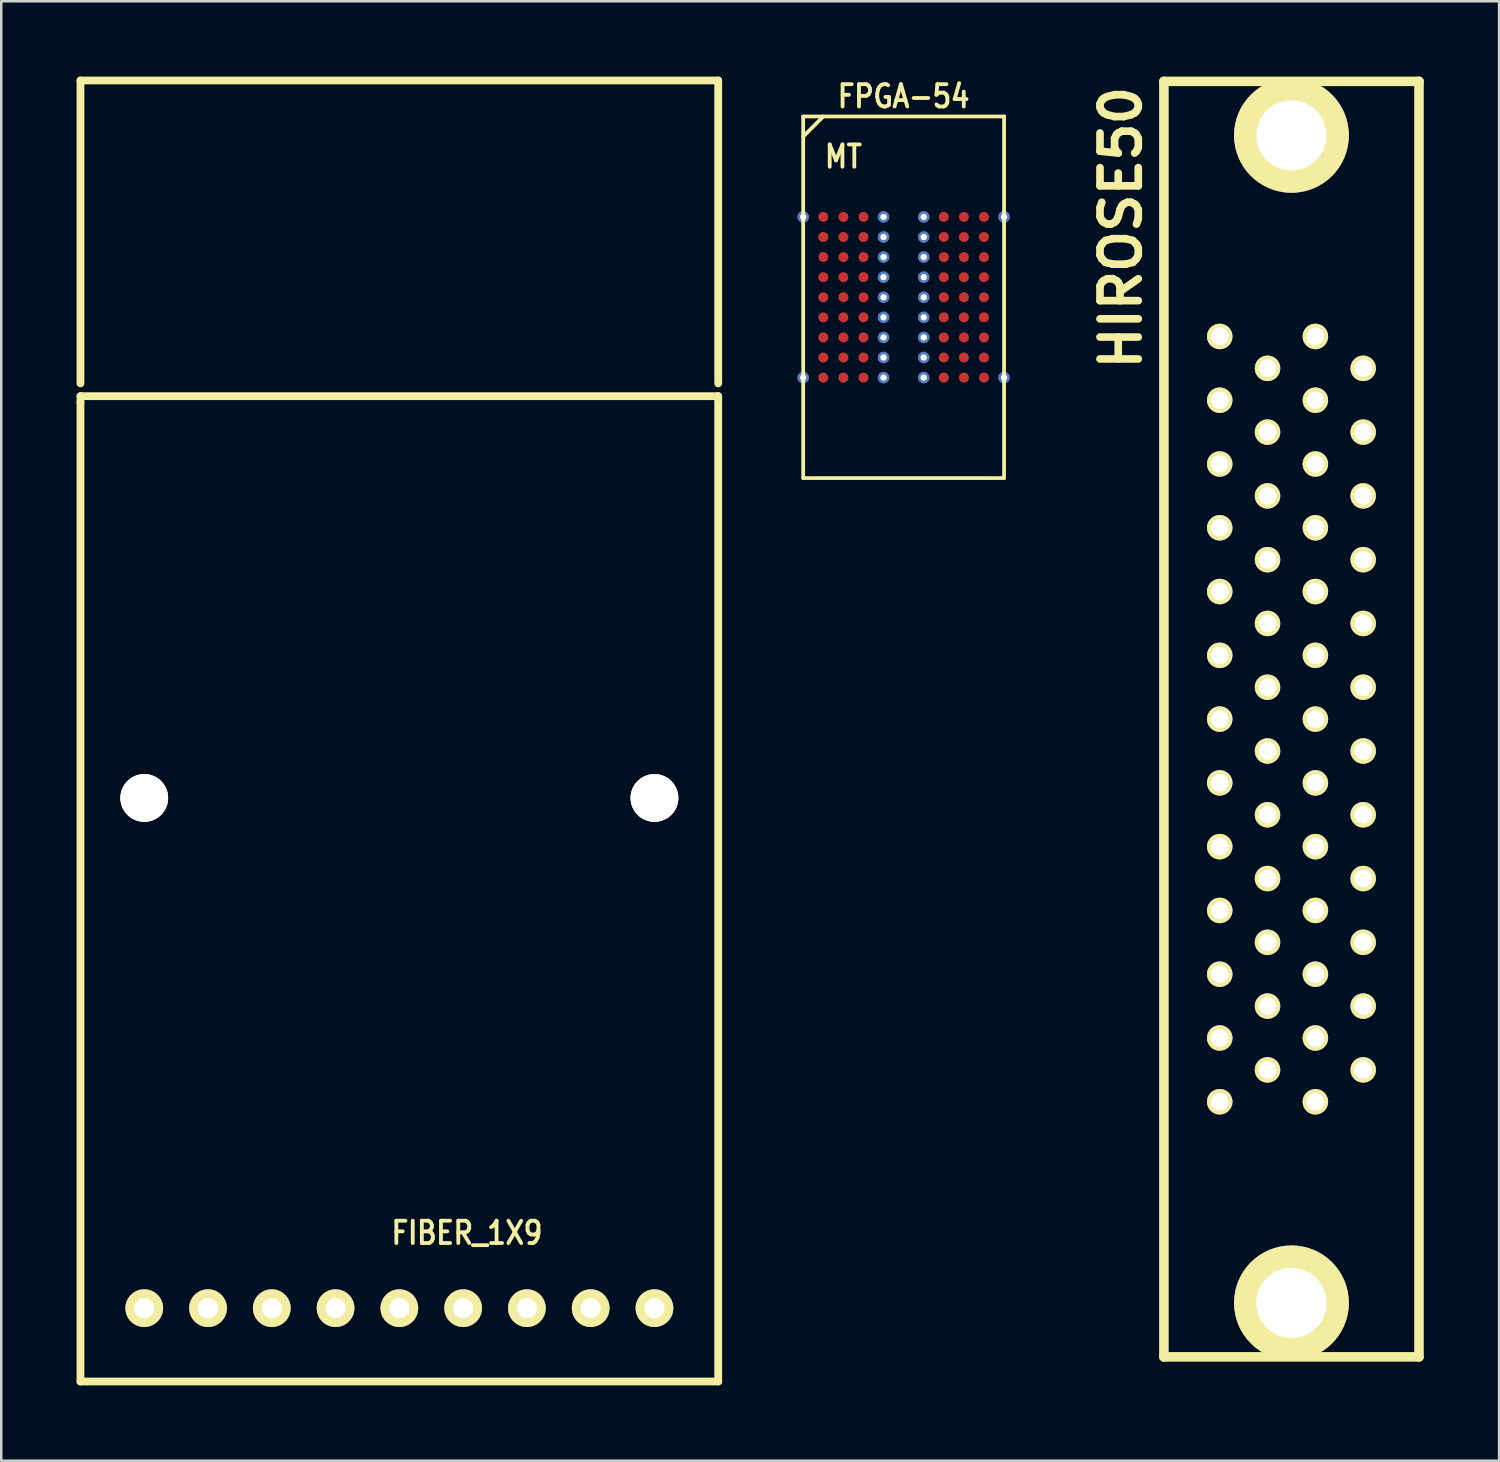
<source format=kicad_pcb>
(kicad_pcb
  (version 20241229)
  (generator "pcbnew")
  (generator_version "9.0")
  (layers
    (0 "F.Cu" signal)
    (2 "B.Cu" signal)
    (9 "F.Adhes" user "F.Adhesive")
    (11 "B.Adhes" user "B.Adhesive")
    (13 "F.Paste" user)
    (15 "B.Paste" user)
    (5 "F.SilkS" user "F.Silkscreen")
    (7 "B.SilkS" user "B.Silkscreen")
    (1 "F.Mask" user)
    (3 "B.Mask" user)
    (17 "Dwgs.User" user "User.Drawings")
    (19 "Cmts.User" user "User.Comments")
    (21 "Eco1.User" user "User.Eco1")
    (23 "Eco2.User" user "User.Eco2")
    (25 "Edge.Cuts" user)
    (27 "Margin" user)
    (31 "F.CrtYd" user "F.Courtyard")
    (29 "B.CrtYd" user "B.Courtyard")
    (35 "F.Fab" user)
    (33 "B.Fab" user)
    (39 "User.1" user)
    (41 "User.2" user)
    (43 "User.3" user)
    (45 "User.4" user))
  (footprint "HIROSE50"
    (layer "F.Cu")
    (at 48.385 25.59)
    (property "Reference" "HIROSE50" (at -6.79 -19.57 90) (layer "F.SilkS") (effects (font (size 1.524 1.524) (thickness 0.305))))
    (attr through_hole)
    (fp_line (start -5.08 -25.4) (end 5.08 -25.4) (stroke (width 0.381) (type solid)) (layer "F.SilkS"))
    (fp_line (start -5.08 25.4) (end -5.08 -25.4) (stroke (width 0.381) (type solid)) (layer "F.SilkS"))
    (fp_line (start 5.08 -25.4) (end 5.08 25.4) (stroke (width 0.381) (type solid)) (layer "F.SilkS"))
    (fp_line (start 5.08 25.4) (end -5.08 25.4) (stroke (width 0.381) (type solid)) (layer "F.SilkS"))
    (pad "0" thru_hole circle (at 0 -23.249) (size 4.572 4.572) (drill 2.794) (layers "*.Cu" "*.Mask" "F.SilkS"))
    (pad "1" thru_hole circle (at 0 23.249) (size 4.572 4.572) (drill 2.794) (layers "*.Cu" "*.Mask" "F.SilkS"))
    (pad "A1" thru_hole circle (at -2.857 -15.24) (size 1.016 1.016) (drill 0.699) (layers "*.Cu" "*.Mask" "F.SilkS"))
    (pad "A2" thru_hole circle (at -0.953 -13.97) (size 1.016 1.016) (drill 0.699) (layers "*.Cu" "*.Mask" "F.SilkS"))
    (pad "A3" thru_hole circle (at -2.857 -12.7) (size 1.016 1.016) (drill 0.699) (layers "*.Cu" "*.Mask" "F.SilkS"))
    (pad "A4" thru_hole circle (at -0.953 -11.43) (size 1.016 1.016) (drill 0.699) (layers "*.Cu" "*.Mask" "F.SilkS"))
    (pad "A5" thru_hole circle (at -2.857 -10.16) (size 1.016 1.016) (drill 0.699) (layers "*.Cu" "*.Mask" "F.SilkS"))
    (pad "A6" thru_hole circle (at -0.953 -8.89) (size 1.016 1.016) (drill 0.699) (layers "*.Cu" "*.Mask" "F.SilkS"))
    (pad "A7" thru_hole circle (at -2.857 -7.62) (size 1.016 1.016) (drill 0.699) (layers "*.Cu" "*.Mask" "F.SilkS"))
    (pad "A8" thru_hole circle (at -0.953 -6.35) (size 1.016 1.016) (drill 0.699) (layers "*.Cu" "*.Mask" "F.SilkS"))
    (pad "A9" thru_hole circle (at -2.857 -5.08) (size 1.016 1.016) (drill 0.699) (layers "*.Cu" "*.Mask" "F.SilkS"))
    (pad "A10" thru_hole circle (at -0.953 -3.81) (size 1.016 1.016) (drill 0.699) (layers "*.Cu" "*.Mask" "F.SilkS"))
    (pad "A11" thru_hole circle (at -2.857 -2.54) (size 1.016 1.016) (drill 0.699) (layers "*.Cu" "*.Mask" "F.SilkS"))
    (pad "A12" thru_hole circle (at -0.953 -1.27) (size 1.016 1.016) (drill 0.699) (layers "*.Cu" "*.Mask" "F.SilkS"))
    (pad "A13" thru_hole circle (at -2.857 0) (size 1.016 1.016) (drill 0.699) (layers "*.Cu" "*.Mask" "F.SilkS"))
    (pad "A14" thru_hole circle (at -0.953 1.27) (size 1.016 1.016) (drill 0.699) (layers "*.Cu" "*.Mask" "F.SilkS"))
    (pad "A15" thru_hole circle (at -2.857 2.54) (size 1.016 1.016) (drill 0.699) (layers "*.Cu" "*.Mask" "F.SilkS"))
    (pad "A16" thru_hole circle (at -0.953 3.81) (size 1.016 1.016) (drill 0.699) (layers "*.Cu" "*.Mask" "F.SilkS"))
    (pad "A17" thru_hole circle (at -2.857 5.08) (size 1.016 1.016) (drill 0.699) (layers "*.Cu" "*.Mask" "F.SilkS"))
    (pad "A18" thru_hole circle (at -0.953 6.35) (size 1.016 1.016) (drill 0.699) (layers "*.Cu" "*.Mask" "F.SilkS"))
    (pad "A19" thru_hole circle (at -2.857 7.62) (size 1.016 1.016) (drill 0.699) (layers "*.Cu" "*.Mask" "F.SilkS"))
    (pad "A20" thru_hole circle (at -0.953 8.89) (size 1.016 1.016) (drill 0.699) (layers "*.Cu" "*.Mask" "F.SilkS"))
    (pad "A21" thru_hole circle (at -2.857 10.16) (size 1.016 1.016) (drill 0.699) (layers "*.Cu" "*.Mask" "F.SilkS"))
    (pad "A22" thru_hole circle (at -0.953 11.43) (size 1.016 1.016) (drill 0.699) (layers "*.Cu" "*.Mask" "F.SilkS"))
    (pad "A23" thru_hole circle (at -2.857 12.7) (size 1.016 1.016) (drill 0.699) (layers "*.Cu" "*.Mask" "F.SilkS"))
    (pad "A24" thru_hole circle (at -0.953 13.97) (size 1.016 1.016) (drill 0.699) (layers "*.Cu" "*.Mask" "F.SilkS"))
    (pad "A25" thru_hole circle (at -2.857 15.24) (size 1.016 1.016) (drill 0.699) (layers "*.Cu" "*.Mask" "F.SilkS"))
    (pad "B1" thru_hole circle (at 0.953 -15.24) (size 1.016 1.016) (drill 0.699) (layers "*.Cu" "*.Mask" "F.SilkS"))
    (pad "B2" thru_hole circle (at 2.857 -13.97) (size 1.016 1.016) (drill 0.699) (layers "*.Cu" "*.Mask" "F.SilkS"))
    (pad "B3" thru_hole circle (at 0.953 -12.7) (size 1.016 1.016) (drill 0.699) (layers "*.Cu" "*.Mask" "F.SilkS"))
    (pad "B4" thru_hole circle (at 2.857 -11.43) (size 1.016 1.016) (drill 0.699) (layers "*.Cu" "*.Mask" "F.SilkS"))
    (pad "B5" thru_hole circle (at 0.953 -10.16) (size 1.016 1.016) (drill 0.699) (layers "*.Cu" "*.Mask" "F.SilkS"))
    (pad "B6" thru_hole circle (at 2.857 -8.89) (size 1.016 1.016) (drill 0.699) (layers "*.Cu" "*.Mask" "F.SilkS"))
    (pad "B7" thru_hole circle (at 0.953 -7.62) (size 1.016 1.016) (drill 0.699) (layers "*.Cu" "*.Mask" "F.SilkS"))
    (pad "B8" thru_hole circle (at 2.857 -6.35) (size 1.016 1.016) (drill 0.699) (layers "*.Cu" "*.Mask" "F.SilkS"))
    (pad "B9" thru_hole circle (at 0.953 -5.08) (size 1.016 1.016) (drill 0.699) (layers "*.Cu" "*.Mask" "F.SilkS"))
    (pad "B10" thru_hole circle (at 2.857 -3.81) (size 1.016 1.016) (drill 0.699) (layers "*.Cu" "*.Mask" "F.SilkS"))
    (pad "B11" thru_hole circle (at 0.953 -2.54) (size 1.016 1.016) (drill 0.699) (layers "*.Cu" "*.Mask" "F.SilkS"))
    (pad "B12" thru_hole circle (at 2.857 -1.27) (size 1.016 1.016) (drill 0.699) (layers "*.Cu" "*.Mask" "F.SilkS"))
    (pad "B13" thru_hole circle (at 0.953 0) (size 1.016 1.016) (drill 0.699) (layers "*.Cu" "*.Mask" "F.SilkS"))
    (pad "B14" thru_hole circle (at 2.857 1.27) (size 1.016 1.016) (drill 0.699) (layers "*.Cu" "*.Mask" "F.SilkS"))
    (pad "B15" thru_hole circle (at 0.953 2.54) (size 1.016 1.016) (drill 0.699) (layers "*.Cu" "*.Mask" "F.SilkS"))
    (pad "B16" thru_hole circle (at 2.857 3.81) (size 1.016 1.016) (drill 0.699) (layers "*.Cu" "*.Mask" "F.SilkS"))
    (pad "B17" thru_hole circle (at 0.953 5.08) (size 1.016 1.016) (drill 0.699) (layers "*.Cu" "*.Mask" "F.SilkS"))
    (pad "B18" thru_hole circle (at 2.857 6.35) (size 1.016 1.016) (drill 0.699) (layers "*.Cu" "*.Mask" "F.SilkS"))
    (pad "B19" thru_hole circle (at 0.953 7.62) (size 1.016 1.016) (drill 0.699) (layers "*.Cu" "*.Mask" "F.SilkS"))
    (pad "B20" thru_hole circle (at 2.857 8.89) (size 1.016 1.016) (drill 0.699) (layers "*.Cu" "*.Mask" "F.SilkS"))
    (pad "B21" thru_hole circle (at 0.953 10.16) (size 1.016 1.016) (drill 0.699) (layers "*.Cu" "*.Mask" "F.SilkS"))
    (pad "B22" thru_hole circle (at 2.857 11.43) (size 1.016 1.016) (drill 0.699) (layers "*.Cu" "*.Mask" "F.SilkS"))
    (pad "B23" thru_hole circle (at 0.953 12.7) (size 1.016 1.016) (drill 0.699) (layers "*.Cu" "*.Mask" "F.SilkS"))
    (pad "B24" thru_hole circle (at 2.857 13.97) (size 1.016 1.016) (drill 0.699) (layers "*.Cu" "*.Mask" "F.SilkS"))
    (pad "B25" thru_hole circle (at 0.953 15.24) (size 1.016 1.016) (drill 0.699) (layers "*.Cu" "*.Mask" "F.SilkS")))
  (footprint "FPGA-54"
    (layer "F.Cu")
    (at 32.939 8.789)
    (property "Reference" "FPGA-54" (at 0 -8.001 0) (layer "F.SilkS") (effects (font (size 0.889 0.762) (thickness 0.152))))
    (attr smd)
    (fp_line (start -4 -7.201) (end -4 7.201) (stroke (width 0.15) (type solid)) (layer "F.SilkS"))
    (fp_line (start -4 7.201) (end 4 7.201) (stroke (width 0.15) (type solid)) (layer "F.SilkS"))
    (fp_line (start -3.2 -7.201) (end -4 -6.401) (stroke (width 0.15) (type solid)) (layer "F.SilkS"))
    (fp_line (start 4 -7.201) (end -4 -7.201) (stroke (width 0.15) (type solid)) (layer "F.SilkS"))
    (fp_line (start 4 7.201) (end 4 -7.201) (stroke (width 0.15) (type solid)) (layer "F.SilkS"))
    (fp_text user "MT" (at -2.4 -5.601 0) (layer "F.SilkS") (effects (font (size 0.889 0.762) (thickness 0.152))))
    (pad "A1" thru_hole circle (at -4 -3.2) (size 0.457 0.457) (drill 0.254) (layers "*.Cu"))
    (pad "A1" smd circle (at -3.2 -3.2) (size 0.399 0.399) (layers "F.Cu" "F.Mask" "F.Paste"))
    (pad "A2" smd circle (at -2.4 -3.2) (size 0.399 0.399) (layers "F.Cu" "F.Mask" "F.Paste"))
    (pad "A3" smd circle (at -1.6 -3.2) (size 0.399 0.399) (layers "F.Cu" "F.Mask" "F.Paste"))
    (pad "A3" thru_hole circle (at -0.8 -3.2) (size 0.457 0.457) (drill 0.254) (layers "*.Cu"))
    (pad "A7" thru_hole circle (at 0.8 -3.2) (size 0.457 0.457) (drill 0.254) (layers "*.Cu"))
    (pad "A7" smd circle (at 1.6 -3.2) (size 0.399 0.399) (layers "F.Cu" "F.Mask" "F.Paste"))
    (pad "A8" smd circle (at 2.4 -3.2) (size 0.399 0.399) (layers "F.Cu" "F.Mask" "F.Paste"))
    (pad "A9" smd circle (at 3.2 -3.2) (size 0.399 0.399) (layers "F.Cu" "F.Mask" "F.Paste"))
    (pad "A9" thru_hole circle (at 4 -3.2) (size 0.457 0.457) (drill 0.254) (layers "*.Cu"))
    (pad "B1" smd circle (at -3.2 -2.4) (size 0.399 0.399) (layers "F.Cu" "F.Mask" "F.Paste"))
    (pad "B2" smd circle (at -2.4 -2.4) (size 0.399 0.399) (layers "F.Cu" "F.Mask" "F.Paste"))
    (pad "B3" smd circle (at -1.6 -2.4) (size 0.399 0.399) (layers "F.Cu" "F.Mask" "F.Paste"))
    (pad "B3" thru_hole circle (at -0.8 -2.4) (size 0.457 0.457) (drill 0.254) (layers "*.Cu"))
    (pad "B7" thru_hole circle (at 0.8 -2.4) (size 0.457 0.457) (drill 0.254) (layers "*.Cu"))
    (pad "B7" smd circle (at 1.6 -2.4) (size 0.399 0.399) (layers "F.Cu" "F.Mask" "F.Paste"))
    (pad "B8" smd circle (at 2.4 -2.4) (size 0.399 0.399) (layers "F.Cu" "F.Mask" "F.Paste"))
    (pad "B9" smd circle (at 3.2 -2.4) (size 0.399 0.399) (layers "F.Cu" "F.Mask" "F.Paste"))
    (pad "C1" smd circle (at -3.2 -1.6) (size 0.399 0.399) (layers "F.Cu" "F.Mask" "F.Paste"))
    (pad "C2" smd circle (at -2.4 -1.6) (size 0.399 0.399) (layers "F.Cu" "F.Mask" "F.Paste"))
    (pad "C3" smd circle (at -1.6 -1.6) (size 0.399 0.399) (layers "F.Cu" "F.Mask" "F.Paste"))
    (pad "C3" thru_hole circle (at -0.8 -1.6) (size 0.457 0.457) (drill 0.254) (layers "*.Cu"))
    (pad "C7" thru_hole circle (at 0.8 -1.6) (size 0.457 0.457) (drill 0.254) (layers "*.Cu"))
    (pad "C7" smd circle (at 1.6 -1.6) (size 0.399 0.399) (layers "F.Cu" "F.Mask" "F.Paste"))
    (pad "C8" smd circle (at 2.4 -1.6) (size 0.399 0.399) (layers "F.Cu" "F.Mask" "F.Paste"))
    (pad "C9" smd circle (at 3.2 -1.6) (size 0.399 0.399) (layers "F.Cu" "F.Mask" "F.Paste"))
    (pad "D1" smd circle (at -3.2 -0.8) (size 0.399 0.399) (layers "F.Cu" "F.Mask" "F.Paste"))
    (pad "D2" smd circle (at -2.4 -0.8) (size 0.399 0.399) (layers "F.Cu" "F.Mask" "F.Paste"))
    (pad "D3" smd circle (at -1.6 -0.8) (size 0.399 0.399) (layers "F.Cu" "F.Mask" "F.Paste"))
    (pad "D3" thru_hole circle (at -0.8 -0.8) (size 0.457 0.457) (drill 0.254) (layers "*.Cu"))
    (pad "D7" thru_hole circle (at 0.8 -0.8) (size 0.457 0.457) (drill 0.254) (layers "*.Cu"))
    (pad "D7" smd circle (at 1.6 -0.8) (size 0.399 0.399) (layers "F.Cu" "F.Mask" "F.Paste"))
    (pad "D8" smd circle (at 2.4 -0.8) (size 0.399 0.399) (layers "F.Cu" "F.Mask" "F.Paste"))
    (pad "D9" smd circle (at 3.2 -0.8) (size 0.399 0.399) (layers "F.Cu" "F.Mask" "F.Paste"))
    (pad "E1" smd circle (at -3.2 0) (size 0.399 0.399) (layers "F.Cu" "F.Mask" "F.Paste"))
    (pad "E2" smd circle (at -2.4 0) (size 0.399 0.399) (layers "F.Cu" "F.Mask" "F.Paste"))
    (pad "E3" smd circle (at -1.6 0) (size 0.399 0.399) (layers "F.Cu" "F.Mask" "F.Paste"))
    (pad "E3" thru_hole circle (at -0.8 0) (size 0.457 0.457) (drill 0.254) (layers "*.Cu"))
    (pad "E7" thru_hole circle (at 0.8 0) (size 0.457 0.457) (drill 0.254) (layers "*.Cu"))
    (pad "E7" smd circle (at 1.6 0) (size 0.399 0.399) (layers "F.Cu" "F.Mask" "F.Paste"))
    (pad "E8" smd circle (at 2.4 0) (size 0.399 0.399) (layers "F.Cu" "F.Mask" "F.Paste"))
    (pad "E9" smd circle (at 3.2 0) (size 0.399 0.399) (layers "F.Cu" "F.Mask" "F.Paste"))
    (pad "F1" smd circle (at -3.2 0.8) (size 0.399 0.399) (layers "F.Cu" "F.Mask" "F.Paste"))
    (pad "F2" smd circle (at -2.4 0.8) (size 0.399 0.399) (layers "F.Cu" "F.Mask" "F.Paste"))
    (pad "F3" smd circle (at -1.6 0.8) (size 0.399 0.399) (layers "F.Cu" "F.Mask" "F.Paste"))
    (pad "F3" thru_hole circle (at -0.8 0.8) (size 0.457 0.457) (drill 0.254) (layers "*.Cu"))
    (pad "F7" thru_hole circle (at 0.8 0.8) (size 0.457 0.457) (drill 0.254) (layers "*.Cu"))
    (pad "F7" smd circle (at 1.6 0.8) (size 0.399 0.399) (layers "F.Cu" "F.Mask" "F.Paste"))
    (pad "F8" smd circle (at 2.4 0.8) (size 0.399 0.399) (layers "F.Cu" "F.Mask" "F.Paste"))
    (pad "F9" smd circle (at 3.2 0.8) (size 0.399 0.399) (layers "F.Cu" "F.Mask" "F.Paste"))
    (pad "G1" smd circle (at -3.2 1.6) (size 0.399 0.399) (layers "F.Cu" "F.Mask" "F.Paste"))
    (pad "G2" smd circle (at -2.4 1.6) (size 0.399 0.399) (layers "F.Cu" "F.Mask" "F.Paste"))
    (pad "G3" smd circle (at -1.6 1.6) (size 0.399 0.399) (layers "F.Cu" "F.Mask" "F.Paste"))
    (pad "G3" thru_hole circle (at -0.8 1.6) (size 0.457 0.457) (drill 0.254) (layers "*.Cu"))
    (pad "G7" thru_hole circle (at 0.8 1.6) (size 0.457 0.457) (drill 0.254) (layers "*.Cu"))
    (pad "G7" smd circle (at 1.6 1.6) (size 0.399 0.399) (layers "F.Cu" "F.Mask" "F.Paste"))
    (pad "G8" smd circle (at 2.4 1.6) (size 0.399 0.399) (layers "F.Cu" "F.Mask" "F.Paste"))
    (pad "G9" smd circle (at 3.2 1.6) (size 0.399 0.399) (layers "F.Cu" "F.Mask" "F.Paste"))
    (pad "H1" smd circle (at -3.2 2.4) (size 0.399 0.399) (layers "F.Cu" "F.Mask" "F.Paste"))
    (pad "H2" smd circle (at -2.4 2.4) (size 0.399 0.399) (layers "F.Cu" "F.Mask" "F.Paste"))
    (pad "H3" smd circle (at -1.6 2.4) (size 0.399 0.399) (layers "F.Cu" "F.Mask" "F.Paste"))
    (pad "H3" thru_hole circle (at -0.8 2.4) (size 0.457 0.457) (drill 0.254) (layers "*.Cu"))
    (pad "H7" thru_hole circle (at 0.8 2.4) (size 0.457 0.457) (drill 0.254) (layers "*.Cu"))
    (pad "H7" smd circle (at 1.6 2.4) (size 0.399 0.399) (layers "F.Cu" "F.Mask" "F.Paste"))
    (pad "H8" smd circle (at 2.4 2.4) (size 0.399 0.399) (layers "F.Cu" "F.Mask" "F.Paste"))
    (pad "H9" smd circle (at 3.2 2.4) (size 0.399 0.399) (layers "F.Cu" "F.Mask" "F.Paste"))
    (pad "J1" thru_hole circle (at -4 3.2) (size 0.457 0.457) (drill 0.254) (layers "*.Cu"))
    (pad "J1" smd circle (at -3.2 3.2) (size 0.399 0.399) (layers "F.Cu" "F.Mask" "F.Paste"))
    (pad "J2" smd circle (at -2.4 3.2) (size 0.399 0.399) (layers "F.Cu" "F.Mask" "F.Paste"))
    (pad "J3" smd circle (at -1.6 3.2) (size 0.399 0.399) (layers "F.Cu" "F.Mask" "F.Paste"))
    (pad "J3" thru_hole circle (at -0.8 3.2) (size 0.457 0.457) (drill 0.254) (layers "*.Cu"))
    (pad "J7" thru_hole circle (at 0.8 3.2) (size 0.457 0.457) (drill 0.254) (layers "*.Cu"))
    (pad "J7" smd circle (at 1.6 3.2) (size 0.399 0.399) (layers "F.Cu" "F.Mask" "F.Paste"))
    (pad "J8" smd circle (at 2.4 3.2) (size 0.399 0.399) (layers "F.Cu" "F.Mask" "F.Paste"))
    (pad "J9" smd circle (at 3.2 3.2) (size 0.399 0.399) (layers "F.Cu" "F.Mask" "F.Paste"))
    (pad "J9" thru_hole circle (at 4 3.2) (size 0.457 0.457) (drill 0.254) (layers "*.Cu")))
  (footprint "FIBER_1X9"
    (layer "F.Cu")
    (at 12.855 28.73)
    (property "Reference" "FIBER_1X9" (at 2.692 17.323 0) (layer "F.SilkS") (effects (font (size 0.889 0.762) (thickness 0.152))))
    (attr through_hole)
    (fp_line (start -12.7 -28.575) (end -12.7 -16.51) (stroke (width 0.31) (type solid)) (layer "F.SilkS"))
    (fp_line (start -12.7 -16.002) (end -12.7 -15.748) (stroke (width 0.31) (type solid)) (layer "F.SilkS"))
    (fp_line (start -12.7 -15.748) (end -12.7 23.241) (stroke (width 0.31) (type solid)) (layer "F.SilkS"))
    (fp_line (start -12.7 23.241) (end 12.7 23.241) (stroke (width 0.31) (type solid)) (layer "F.SilkS"))
    (fp_line (start 12.7 -28.575) (end -12.7 -28.575) (stroke (width 0.31) (type solid)) (layer "F.SilkS"))
    (fp_line (start 12.7 -16.51) (end 12.7 -28.575) (stroke (width 0.31) (type solid)) (layer "F.SilkS"))
    (fp_line (start 12.7 -16.002) (end -12.7 -16.002) (stroke (width 0.31) (type solid)) (layer "F.SilkS"))
    (fp_line (start 12.7 23.241) (end 12.7 -16.002) (stroke (width 0.31) (type solid)) (layer "F.SilkS"))
    (pad "" np_thru_hole circle (at -10.16 0) (size 1.9 1.9) (drill 1.9) (layers "*.Cu" "*.SilkS" "*.Mask"))
    (pad "" np_thru_hole circle (at 10.16 0) (size 1.9 1.9) (drill 1.9) (layers "*.Cu" "*.SilkS" "*.Mask"))
    (pad "1" thru_hole circle (at -10.16 20.32) (size 1.501 1.501) (drill 0.8) (layers "*.Cu" "*.Mask" "F.SilkS"))
    (pad "2" thru_hole circle (at -7.62 20.32) (size 1.501 1.501) (drill 0.8) (layers "*.Cu" "*.Mask" "F.SilkS"))
    (pad "3" thru_hole circle (at -5.08 20.32) (size 1.501 1.501) (drill 0.8) (layers "*.Cu" "*.Mask" "F.SilkS"))
    (pad "4" thru_hole circle (at -2.54 20.32) (size 1.501 1.501) (drill 0.8) (layers "*.Cu" "*.Mask" "F.SilkS"))
    (pad "5" thru_hole circle (at 0 20.32) (size 1.501 1.501) (drill 0.8) (layers "*.Cu" "*.Mask" "F.SilkS"))
    (pad "6" thru_hole circle (at 2.54 20.32) (size 1.501 1.501) (drill 0.8) (layers "*.Cu" "*.Mask" "F.SilkS"))
    (pad "7" thru_hole circle (at 5.08 20.32) (size 1.501 1.501) (drill 0.8) (layers "*.Cu" "*.Mask" "F.SilkS"))
    (pad "8" thru_hole circle (at 7.62 20.32) (size 1.501 1.501) (drill 0.8) (layers "*.Cu" "*.Mask" "F.SilkS"))
    (pad "9" thru_hole circle (at 10.16 20.32) (size 1.501 1.501) (drill 0.8) (layers "*.Cu" "*.Mask" "F.SilkS")))
  (gr_rect
    (start -3 -3)
    (end 56.655 55.126)
    (stroke (width 0.1) (type default))
    (fill no)
    (layer "Edge.Cuts")))
</source>
